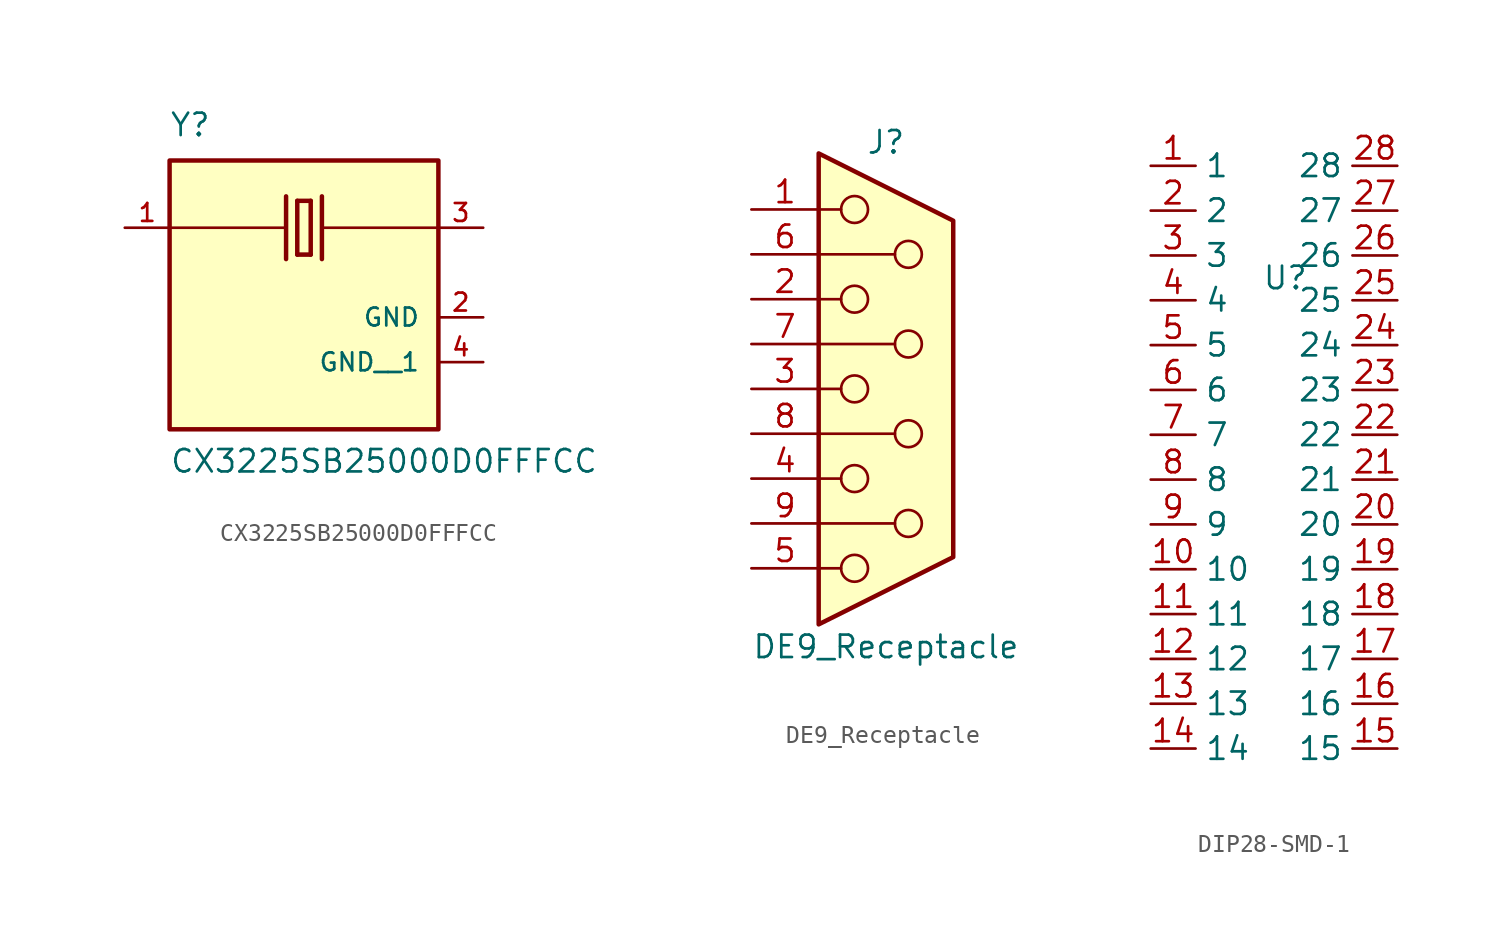
<source format=kicad_sym>
(kicad_symbol_lib
  (version 20241209)
  (generator "kicad_symbol_editor")
  (generator_version "9.0")
  (symbol "CX3225SB25000D0FFFCC"
    (pin_names
      (offset 1.016))
    (property "Reference" "Y"
      (at -7.637 7.631 0)
      (effects (font (size 1.27 1.27)) (justify left bottom)))
    (property "Value" "CX3225SB25000D0FFFCC"
      (at -7.63 -11.439 0)
      (effects (font (size 1.27 1.27)) (justify left bottom)))
    (symbol "CX3225SB25000D0FFFCC_0_0"
      (rectangle (start -7.62 -8.89) (end 7.62 6.35) (stroke (width 0.254) (type default)) (fill (type background)))
      (polyline (pts (xy -1.016 4.318) (xy -1.016 0.762)) (stroke (width 0.254) (type default)) (fill (type none)))
      (polyline (pts (xy -1.016 2.54) (xy -7.62 2.54)) (stroke (width 0.152) (type default)) (fill (type none)))
      (polyline (pts (xy -0.381 4.064) (xy -0.381 1.016)) (stroke (width 0.254) (type default)) (fill (type none)))
      (polyline (pts (xy -0.381 1.016) (xy 0.381 1.016)) (stroke (width 0.254) (type default)) (fill (type none)))
      (polyline (pts (xy 0.381 4.064) (xy -0.381 4.064)) (stroke (width 0.254) (type default)) (fill (type none)))
      (polyline (pts (xy 0.381 1.016) (xy 0.381 4.064)) (stroke (width 0.254) (type default)) (fill (type none)))
      (polyline (pts (xy 1.016 4.318) (xy 1.016 0.762)) (stroke (width 0.254) (type default)) (fill (type none)))
      (polyline (pts (xy 1.016 2.54) (xy 7.62 2.54)) (stroke (width 0.152) (type default)) (fill (type none)))
      (pin passive line (at -10.16 2.54 0) (length 2.54) (name "~" (effects (font (size 1.016 1.016)))) (number "1" (effects (font (size 1.016 1.016)))))
      (pin passive line (at 10.16 2.54 180) (length 2.54) (name "~" (effects (font (size 1.016 1.016)))) (number "3" (effects (font (size 1.016 1.016)))))
      (pin power_in line (at 10.16 -2.54 180) (length 2.54) (name "GND" (effects (font (size 1.016 1.016)))) (number "2" (effects (font (size 1.016 1.016)))))
      (pin power_in line (at 10.16 -5.08 180) (length 2.54) (name "GND__1" (effects (font (size 1.016 1.016)))) (number "4" (effects (font (size 1.016 1.016)))))))
  (symbol "DE9_Receptacle"
    (pin_names
      (offset 1.016)
      (hide yes))
    (property "Reference" "J"
      (at 0 13.97 0)
      (effects (font (size 1.27 1.27))))
    (property "Value" "DE9_Receptacle"
      (at 0 -14.605 0)
      (effects (font (size 1.27 1.27))))
    (symbol "DE9_Receptacle_0_1"
      (polyline (pts (xy -3.81 13.335) (xy -3.81 -13.335) (xy 3.81 -9.525) (xy 3.81 9.525) (xy -3.81 13.335)) (stroke (width 0.254) (type default)) (fill (type background)))
      (polyline (pts (xy -3.81 10.16) (xy -2.54 10.16)) (stroke (width 0) (type default)) (fill (type none)))
      (polyline (pts (xy -3.81 7.62) (xy 0.508 7.62)) (stroke (width 0) (type default)) (fill (type none)))
      (polyline (pts (xy -3.81 5.08) (xy -2.54 5.08)) (stroke (width 0) (type default)) (fill (type none)))
      (polyline (pts (xy -3.81 2.54) (xy 0.508 2.54)) (stroke (width 0) (type default)) (fill (type none)))
      (polyline (pts (xy -3.81 0) (xy -2.54 0)) (stroke (width 0) (type default)) (fill (type none)))
      (polyline (pts (xy -3.81 -2.54) (xy 0.508 -2.54)) (stroke (width 0) (type default)) (fill (type none)))
      (polyline (pts (xy -3.81 -5.08) (xy -2.54 -5.08)) (stroke (width 0) (type default)) (fill (type none)))
      (polyline (pts (xy -3.81 -7.62) (xy 0.508 -7.62)) (stroke (width 0) (type default)) (fill (type none)))
      (polyline (pts (xy -3.81 -10.16) (xy -2.54 -10.16)) (stroke (width 0) (type default)) (fill (type none)))
      (circle (center -1.778 10.16) (radius 0.762) (stroke (width 0) (type default)) (fill (type none)))
      (circle (center -1.778 5.08) (radius 0.762) (stroke (width 0) (type default)) (fill (type none)))
      (circle (center -1.778 0) (radius 0.762) (stroke (width 0) (type default)) (fill (type none)))
      (circle (center -1.778 -5.08) (radius 0.762) (stroke (width 0) (type default)) (fill (type none)))
      (circle (center -1.778 -10.16) (radius 0.762) (stroke (width 0) (type default)) (fill (type none)))
      (circle (center 1.27 7.62) (radius 0.762) (stroke (width 0) (type default)) (fill (type none)))
      (circle (center 1.27 2.54) (radius 0.762) (stroke (width 0) (type default)) (fill (type none)))
      (circle (center 1.27 -2.54) (radius 0.762) (stroke (width 0) (type default)) (fill (type none)))
      (circle (center 1.27 -7.62) (radius 0.762) (stroke (width 0) (type default)) (fill (type none))))
    (symbol "DE9_Receptacle_1_1"
      (pin passive line (at -7.62 10.16 0) (length 3.81) (name "1" (effects (font (size 1.27 1.27)))) (number "1" (effects (font (size 1.27 1.27)))))
      (pin passive line (at -7.62 7.62 0) (length 3.81) (name "6" (effects (font (size 1.27 1.27)))) (number "6" (effects (font (size 1.27 1.27)))))
      (pin passive line (at -7.62 5.08 0) (length 3.81) (name "2" (effects (font (size 1.27 1.27)))) (number "2" (effects (font (size 1.27 1.27)))))
      (pin passive line (at -7.62 2.54 0) (length 3.81) (name "7" (effects (font (size 1.27 1.27)))) (number "7" (effects (font (size 1.27 1.27)))))
      (pin passive line (at -7.62 0 0) (length 3.81) (name "3" (effects (font (size 1.27 1.27)))) (number "3" (effects (font (size 1.27 1.27)))))
      (pin passive line (at -7.62 -2.54 0) (length 3.81) (name "8" (effects (font (size 1.27 1.27)))) (number "8" (effects (font (size 1.27 1.27)))))
      (pin passive line (at -7.62 -5.08 0) (length 3.81) (name "4" (effects (font (size 1.27 1.27)))) (number "4" (effects (font (size 1.27 1.27)))))
      (pin passive line (at -7.62 -7.62 0) (length 3.81) (name "9" (effects (font (size 1.27 1.27)))) (number "9" (effects (font (size 1.27 1.27)))))
      (pin passive line (at -7.62 -10.16 0) (length 3.81) (name "5" (effects (font (size 1.27 1.27)))) (number "5" (effects (font (size 1.27 1.27)))))))
  (symbol "DIP28-SMD-1"
    (property "Reference" "U"
      (at 0 0 0)
      (effects (font (size 1.27 1.27))))
    (property "Value" ""
      (at 0 0 0)
      (effects (font (size 1.27 1.27))))
    (symbol "DIP28-SMD-1_1_1"
      (pin bidirectional line (at -7.62 6.35 0) (length 2.54) (name "1" (effects (font (size 1.27 1.27)))) (number "1" (effects (font (size 1.27 1.27)))))
      (pin bidirectional line (at -7.62 3.81 0) (length 2.54) (name "2" (effects (font (size 1.27 1.27)))) (number "2" (effects (font (size 1.27 1.27)))))
      (pin bidirectional line (at -7.62 1.27 0) (length 2.54) (name "3" (effects (font (size 1.27 1.27)))) (number "3" (effects (font (size 1.27 1.27)))))
      (pin bidirectional line (at -7.62 -1.27 0) (length 2.54) (name "4" (effects (font (size 1.27 1.27)))) (number "4" (effects (font (size 1.27 1.27)))))
      (pin bidirectional line (at -7.62 -3.81 0) (length 2.54) (name "5" (effects (font (size 1.27 1.27)))) (number "5" (effects (font (size 1.27 1.27)))))
      (pin bidirectional line (at -7.62 -6.35 0) (length 2.54) (name "6" (effects (font (size 1.27 1.27)))) (number "6" (effects (font (size 1.27 1.27)))))
      (pin bidirectional line (at -7.62 -8.89 0) (length 2.54) (name "7" (effects (font (size 1.27 1.27)))) (number "7" (effects (font (size 1.27 1.27)))))
      (pin bidirectional line (at -7.62 -11.43 0) (length 2.54) (name "8" (effects (font (size 1.27 1.27)))) (number "8" (effects (font (size 1.27 1.27)))))
      (pin bidirectional line (at -7.62 -13.97 0) (length 2.54) (name "9" (effects (font (size 1.27 1.27)))) (number "9" (effects (font (size 1.27 1.27)))))
      (pin bidirectional line (at -7.62 -16.51 0) (length 2.54) (name "10" (effects (font (size 1.27 1.27)))) (number "10" (effects (font (size 1.27 1.27)))))
      (pin bidirectional line (at -7.62 -19.05 0) (length 2.54) (name "11" (effects (font (size 1.27 1.27)))) (number "11" (effects (font (size 1.27 1.27)))))
      (pin bidirectional line (at -7.62 -21.59 0) (length 2.54) (name "12" (effects (font (size 1.27 1.27)))) (number "12" (effects (font (size 1.27 1.27)))))
      (pin bidirectional line (at -7.62 -24.13 0) (length 2.54) (name "13" (effects (font (size 1.27 1.27)))) (number "13" (effects (font (size 1.27 1.27)))))
      (pin bidirectional line (at -7.62 -26.67 0) (length 2.54) (name "14" (effects (font (size 1.27 1.27)))) (number "14" (effects (font (size 1.27 1.27)))))
      (pin bidirectional line (at 6.35 6.35 180) (length 2.54) (name "28" (effects (font (size 1.27 1.27)))) (number "28" (effects (font (size 1.27 1.27)))))
      (pin bidirectional line (at 6.35 3.81 180) (length 2.54) (name "27" (effects (font (size 1.27 1.27)))) (number "27" (effects (font (size 1.27 1.27)))))
      (pin bidirectional line (at 6.35 1.27 180) (length 2.54) (name "26" (effects (font (size 1.27 1.27)))) (number "26" (effects (font (size 1.27 1.27)))))
      (pin bidirectional line (at 6.35 -1.27 180) (length 2.54) (name "25" (effects (font (size 1.27 1.27)))) (number "25" (effects (font (size 1.27 1.27)))))
      (pin bidirectional line (at 6.35 -3.81 180) (length 2.54) (name "24" (effects (font (size 1.27 1.27)))) (number "24" (effects (font (size 1.27 1.27)))))
      (pin bidirectional line (at 6.35 -6.35 180) (length 2.54) (name "23" (effects (font (size 1.27 1.27)))) (number "23" (effects (font (size 1.27 1.27)))))
      (pin bidirectional line (at 6.35 -8.89 180) (length 2.54) (name "22" (effects (font (size 1.27 1.27)))) (number "22" (effects (font (size 1.27 1.27)))))
      (pin bidirectional line (at 6.35 -11.43 180) (length 2.54) (name "21" (effects (font (size 1.27 1.27)))) (number "21" (effects (font (size 1.27 1.27)))))
      (pin bidirectional line (at 6.35 -13.97 180) (length 2.54) (name "20" (effects (font (size 1.27 1.27)))) (number "20" (effects (font (size 1.27 1.27)))))
      (pin bidirectional line (at 6.35 -16.51 180) (length 2.54) (name "19" (effects (font (size 1.27 1.27)))) (number "19" (effects (font (size 1.27 1.27)))))
      (pin bidirectional line (at 6.35 -19.05 180) (length 2.54) (name "18" (effects (font (size 1.27 1.27)))) (number "18" (effects (font (size 1.27 1.27)))))
      (pin bidirectional line (at 6.35 -21.59 180) (length 2.54) (name "17" (effects (font (size 1.27 1.27)))) (number "17" (effects (font (size 1.27 1.27)))))
      (pin bidirectional line (at 6.35 -24.13 180) (length 2.54) (name "16" (effects (font (size 1.27 1.27)))) (number "16" (effects (font (size 1.27 1.27)))))
      (pin bidirectional line (at 6.35 -26.67 180) (length 2.54) (name "15" (effects (font (size 1.27 1.27)))) (number "15" (effects (font (size 1.27 1.27))))))))
</source>
